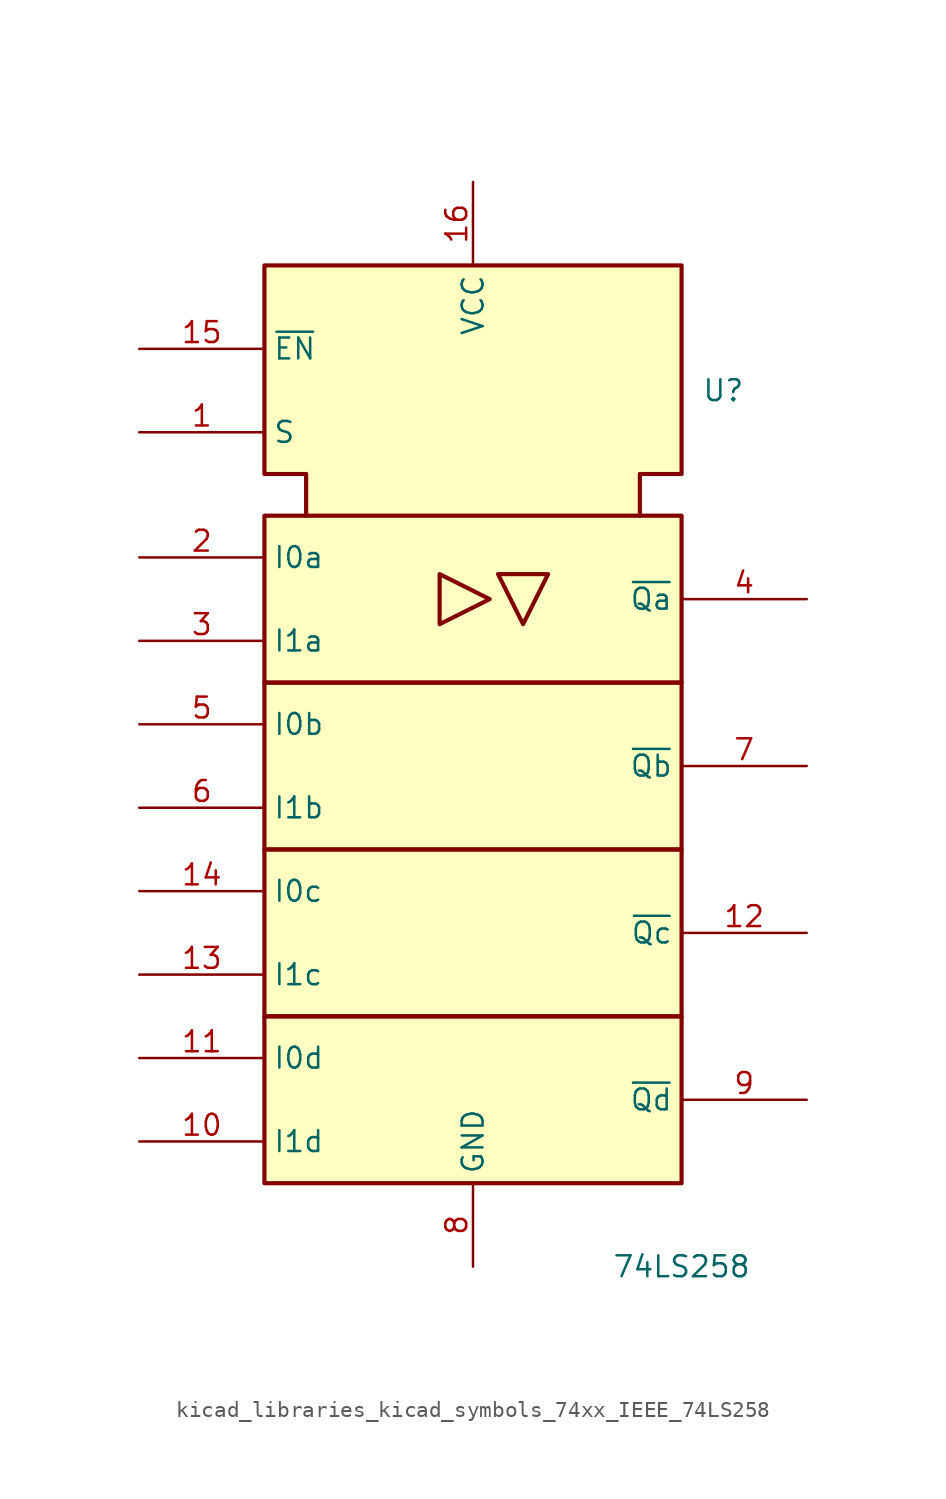
<source format=kicad_sym>
(kicad_symbol_lib
  (version 20220914)
  (generator kicad_symbol_editor)
  (symbol "kicad_libraries_kicad_symbols_74xx_IEEE_74LS258"
    (property "Reference" "U"
      (at 15.24 20.32 0)
      (effects (font (size 1.27 1.27))))
    (property "Value" "74LS258"
      (at 12.7 -33.02 0)
      (effects (font (size 1.27 1.27))))
    (symbol "kicad_libraries_kicad_symbols_74xx_IEEE_74LS258_0_0"
      (rectangle (start -12.7 -17.78) (end 12.7 -27.94) (stroke (width 0.254) (type default)) (fill (type background)))
      (rectangle (start -12.7 -7.62) (end 12.7 -17.78) (stroke (width 0.254) (type default)) (fill (type background)))
      (rectangle (start -12.7 2.54) (end 12.7 -7.62) (stroke (width 0.254) (type default)) (fill (type background)))
      (rectangle (start -12.7 12.7) (end 12.7 2.54) (stroke (width 0.254) (type default)) (fill (type background)))
      (polyline (pts (xy -2.032 9.144) (xy -2.032 6.096) (xy 1.016 7.62) (xy -2.032 9.144) (xy -2.032 9.144)) (stroke (width 0.254) (type default)) (fill (type background)))
      (polyline (pts (xy 4.572 9.144) (xy 1.524 9.144) (xy 3.048 6.096) (xy 4.572 9.144) (xy 4.572 9.144)) (stroke (width 0.254) (type default)) (fill (type background)))
      (polyline (pts (xy -10.16 12.7) (xy -10.16 15.24) (xy -12.7 15.24) (xy -12.7 27.94) (xy 12.7 27.94) (xy 12.7 15.24) (xy 10.16 15.24) (xy 10.16 12.7) (xy 10.16 12.7)) (stroke (width 0.254) (type default)) (fill (type background)))
      (pin power_in line (at 0 33.02 270) (length 5.08) (name "VCC" (effects (font (size 1.27 1.27)))) (number "16" (effects (font (size 1.27 1.27)))))
      (pin power_in line (at 0 -33.02 90) (length 5.08) (name "GND" (effects (font (size 1.27 1.27)))) (number "8" (effects (font (size 1.27 1.27))))))
    (symbol "kicad_libraries_kicad_symbols_74xx_IEEE_74LS258_1_1"
      (pin input line (at -20.32 17.78 0) (length 7.62) (name "S" (effects (font (size 1.27 1.27)))) (number "1" (effects (font (size 1.27 1.27)))))
      (pin input line (at -20.32 -25.4 0) (length 7.62) (name "I1d" (effects (font (size 1.27 1.27)))) (number "10" (effects (font (size 1.27 1.27)))))
      (pin input line (at -20.32 -20.32 0) (length 7.62) (name "I0d" (effects (font (size 1.27 1.27)))) (number "11" (effects (font (size 1.27 1.27)))))
      (pin tri_state line (at 20.32 -12.7 180) (length 7.62) (name "~{Qc}" (effects (font (size 1.27 1.27)))) (number "12" (effects (font (size 1.27 1.27)))))
      (pin input line (at -20.32 -15.24 0) (length 7.62) (name "I1c" (effects (font (size 1.27 1.27)))) (number "13" (effects (font (size 1.27 1.27)))))
      (pin input line (at -20.32 -10.16 0) (length 7.62) (name "I0c" (effects (font (size 1.27 1.27)))) (number "14" (effects (font (size 1.27 1.27)))))
      (pin input line (at -20.32 22.86 0) (length 7.62) (name "~{EN}" (effects (font (size 1.27 1.27)))) (number "15" (effects (font (size 1.27 1.27)))))
      (pin input line (at -20.32 10.16 0) (length 7.62) (name "I0a" (effects (font (size 1.27 1.27)))) (number "2" (effects (font (size 1.27 1.27)))))
      (pin input line (at -20.32 5.08 0) (length 7.62) (name "I1a" (effects (font (size 1.27 1.27)))) (number "3" (effects (font (size 1.27 1.27)))))
      (pin tri_state line (at 20.32 7.62 180) (length 7.62) (name "~{Qa}" (effects (font (size 1.27 1.27)))) (number "4" (effects (font (size 1.27 1.27)))))
      (pin input line (at -20.32 0 0) (length 7.62) (name "I0b" (effects (font (size 1.27 1.27)))) (number "5" (effects (font (size 1.27 1.27)))))
      (pin input line (at -20.32 -5.08 0) (length 7.62) (name "I1b" (effects (font (size 1.27 1.27)))) (number "6" (effects (font (size 1.27 1.27)))))
      (pin tri_state line (at 20.32 -2.54 180) (length 7.62) (name "~{Qb}" (effects (font (size 1.27 1.27)))) (number "7" (effects (font (size 1.27 1.27)))))
      (pin tri_state line (at 20.32 -22.86 180) (length 7.62) (name "~{Qd}" (effects (font (size 1.27 1.27)))) (number "9" (effects (font (size 1.27 1.27))))))))
</source>
